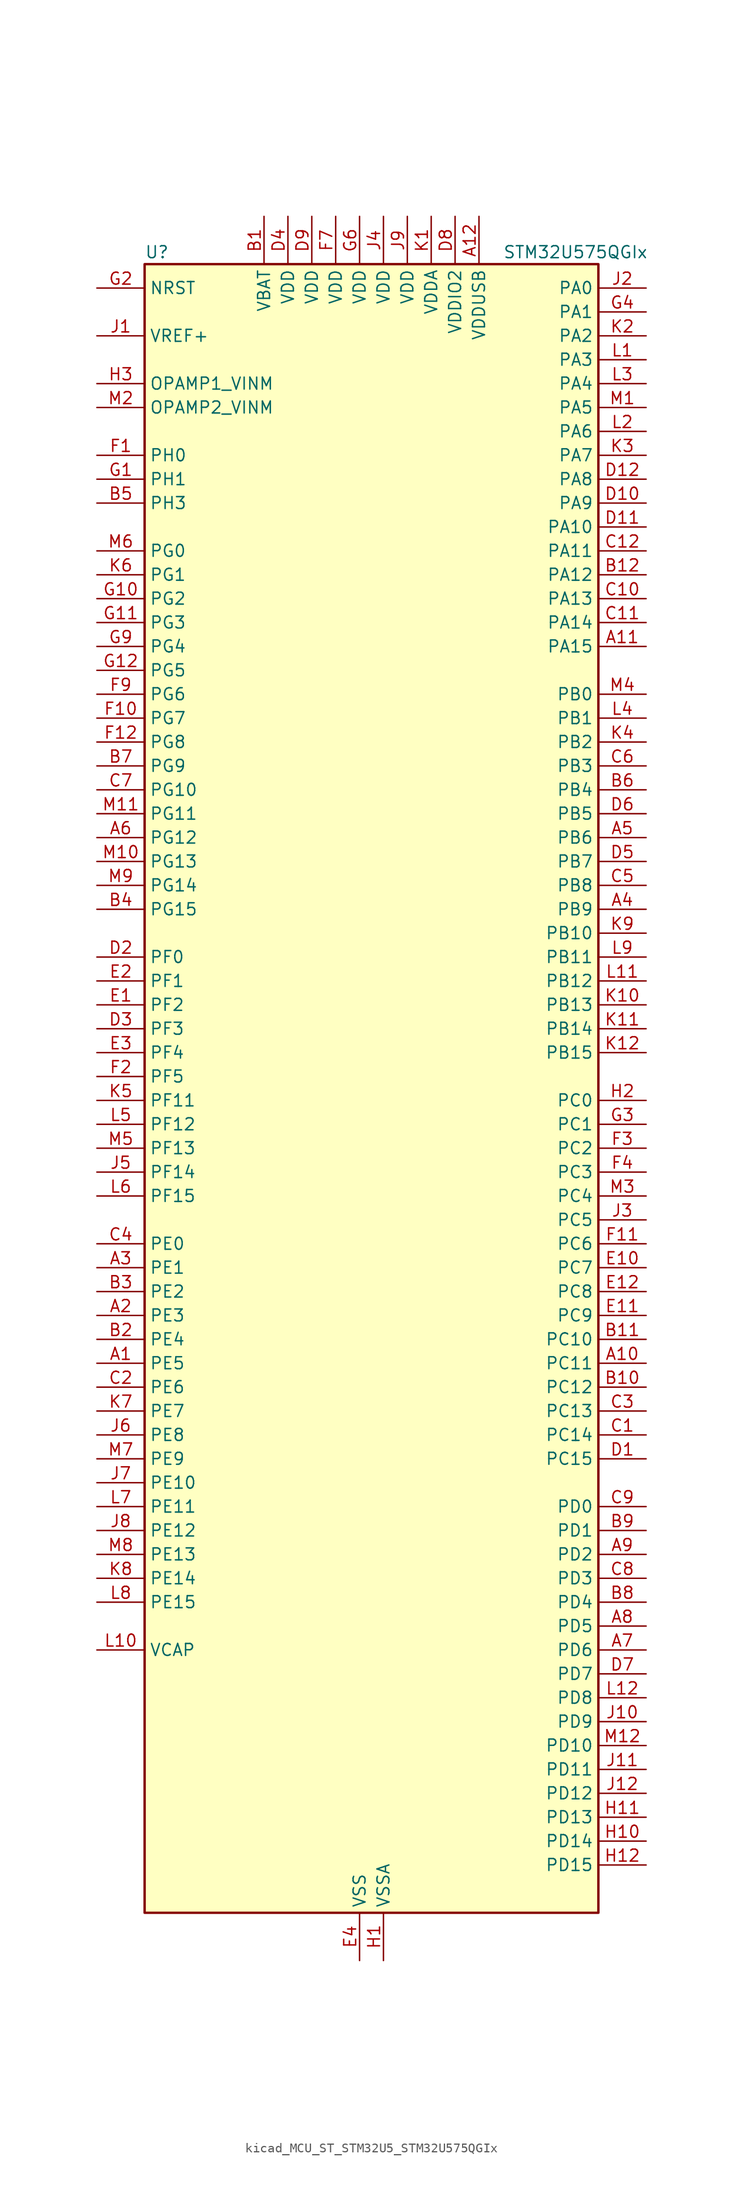
<source format=kicad_sym>
(kicad_symbol_lib
  (version 20220914)
  (generator kicad_symbol_editor)
  (symbol "kicad_MCU_ST_STM32U5_STM32U575QGIx"
    (property "Reference" "U"
      (at -22.86 90.17 0)
      (effects (font (size 1.27 1.27)) (justify left)))
    (property "Value" "STM32U575QGIx"
      (at 15.24 90.17 0)
      (effects (font (size 1.27 1.27)) (justify left)))
    (property "ki_locked" ""
      (at 0 0 0)
      (effects (font (size 1.27 1.27))))
    (symbol "kicad_MCU_ST_STM32U5_STM32U575QGIx_0_1"
      (rectangle (start -22.86 -86.36) (end 25.4 88.9) (stroke (width 0.254) (type default)) (fill (type background))))
    (symbol "kicad_MCU_ST_STM32U5_STM32U575QGIx_1_1"
      (pin bidirectional line (at -27.94 -27.94 0) (length 5.08) (name "PE5" (effects (font (size 1.27 1.27)))) (number "A1" (effects (font (size 1.27 1.27)))) (alternate "DCMI_D6" bidirectional line) (alternate "DEBUG_TRACED2" bidirectional line) (alternate "FMC_A21" bidirectional line) (alternate "MDF1_CKI3" bidirectional line) (alternate "PSSI_D6" bidirectional line) (alternate "PWR_WKUP2" bidirectional line) (alternate "SAI1_CK2" bidirectional line) (alternate "SAI1_SCK_A" bidirectional line) (alternate "TAMP_IN8" bidirectional line) (alternate "TAMP_OUT7" bidirectional line) (alternate "TIM3_CH3" bidirectional line) (alternate "TSC_G7_IO4" bidirectional line))
      (pin bidirectional line (at 30.48 -27.94 180) (length 5.08) (name "PC11" (effects (font (size 1.27 1.27)))) (number "A10" (effects (font (size 1.27 1.27)))) (alternate "ADC1_EXTI11" bidirectional line) (alternate "ADF1_SDI0" bidirectional line) (alternate "DCMI_D2" bidirectional line) (alternate "DCMI_D4" bidirectional line) (alternate "LPTIM3_IN1" bidirectional line) (alternate "OCTOSPIM_P1_NCS" bidirectional line) (alternate "PSSI_D2" bidirectional line) (alternate "PSSI_D4" bidirectional line) (alternate "SAI2_MCLK_B" bidirectional line) (alternate "SDMMC1_D3" bidirectional line) (alternate "SPI3_MISO" bidirectional line) (alternate "TSC_G3_IO3" bidirectional line) (alternate "UART4_RX" bidirectional line) (alternate "UCPD1_FRSTX2" bidirectional line) (alternate "USART3_RX" bidirectional line))
      (pin bidirectional line (at 30.48 48.26 180) (length 5.08) (name "PA15" (effects (font (size 1.27 1.27)))) (number "A11" (effects (font (size 1.27 1.27)))) (alternate "ADC1_EXTI15" bidirectional line) (alternate "ADC4_EXTI15" bidirectional line) (alternate "DEBUG_JTDI" bidirectional line) (alternate "SAI2_FS_B" bidirectional line) (alternate "SPI1_NSS" bidirectional line) (alternate "SPI3_NSS" bidirectional line) (alternate "TIM2_CH1" bidirectional line) (alternate "TIM2_ETR" bidirectional line) (alternate "UART4_DE" bidirectional line) (alternate "UART4_RTS" bidirectional line) (alternate "UCPD1_CC1" bidirectional line) (alternate "USART2_RX" bidirectional line) (alternate "USART3_DE" bidirectional line) (alternate "USART3_RTS" bidirectional line))
      (pin power_in line (at 12.7 93.98 270) (length 5.08) (name "VDDUSB" (effects (font (size 1.27 1.27)))) (number "A12" (effects (font (size 1.27 1.27)))))
      (pin bidirectional line (at -27.94 -22.86 0) (length 5.08) (name "PE3" (effects (font (size 1.27 1.27)))) (number "A2" (effects (font (size 1.27 1.27)))) (alternate "DEBUG_TRACED0" bidirectional line) (alternate "FMC_A19" bidirectional line) (alternate "OCTOSPIM_P1_DQS" bidirectional line) (alternate "SAI1_SD_B" bidirectional line) (alternate "TAMP_IN6" bidirectional line) (alternate "TAMP_OUT3" bidirectional line) (alternate "TIM3_CH1" bidirectional line) (alternate "TSC_G7_IO2" bidirectional line))
      (pin bidirectional line (at -27.94 -17.78 0) (length 5.08) (name "PE1" (effects (font (size 1.27 1.27)))) (number "A3" (effects (font (size 1.27 1.27)))) (alternate "DCMI_D3" bidirectional line) (alternate "FMC_NBL1" bidirectional line) (alternate "PSSI_D3" bidirectional line) (alternate "TIM17_CH1" bidirectional line))
      (pin bidirectional line (at 30.48 20.32 180) (length 5.08) (name "PB9" (effects (font (size 1.27 1.27)))) (number "A4" (effects (font (size 1.27 1.27)))) (alternate "DAC1_EXTI9" bidirectional line) (alternate "DCMI_D7" bidirectional line) (alternate "FDCAN1_TX" bidirectional line) (alternate "I2C1_SDA" bidirectional line) (alternate "IR_OUT" bidirectional line) (alternate "PSSI_D7" bidirectional line) (alternate "SAI1_D2" bidirectional line) (alternate "SAI1_FS_A" bidirectional line) (alternate "SDMMC1_CDIR" bidirectional line) (alternate "SDMMC1_D5" bidirectional line) (alternate "SDMMC2_D5" bidirectional line) (alternate "SPI2_NSS" bidirectional line) (alternate "TIM17_CH1" bidirectional line) (alternate "TIM4_CH4" bidirectional line))
      (pin bidirectional line (at 30.48 27.94 180) (length 5.08) (name "PB6" (effects (font (size 1.27 1.27)))) (number "A5" (effects (font (size 1.27 1.27)))) (alternate "COMP2_INP" bidirectional line) (alternate "DCMI_D5" bidirectional line) (alternate "I2C1_SCL" bidirectional line) (alternate "I2C4_SCL" bidirectional line) (alternate "LPTIM1_ETR" bidirectional line) (alternate "MDF1_SDI5" bidirectional line) (alternate "PSSI_D5" bidirectional line) (alternate "PWR_WKUP3" bidirectional line) (alternate "SAI1_FS_B" bidirectional line) (alternate "TIM16_CH1N" bidirectional line) (alternate "TIM4_CH1" bidirectional line) (alternate "TIM8_BKIN2" bidirectional line) (alternate "TSC_G2_IO3" bidirectional line) (alternate "USART1_TX" bidirectional line))
      (pin bidirectional line (at -27.94 27.94 0) (length 5.08) (name "PG12" (effects (font (size 1.27 1.27)))) (number "A6" (effects (font (size 1.27 1.27)))) (alternate "FMC_NE4" bidirectional line) (alternate "LPTIM1_ETR" bidirectional line) (alternate "OCTOSPIM_P2_NCS" bidirectional line) (alternate "SAI2_SD_A" bidirectional line) (alternate "SPI3_NSS" bidirectional line) (alternate "USART1_DE" bidirectional line) (alternate "USART1_RTS" bidirectional line))
      (pin bidirectional line (at 30.48 -58.42 180) (length 5.08) (name "PD6" (effects (font (size 1.27 1.27)))) (number "A7" (effects (font (size 1.27 1.27)))) (alternate "DCMI_D10" bidirectional line) (alternate "FMC_NWAIT" bidirectional line) (alternate "MDF1_SDI1" bidirectional line) (alternate "OCTOSPIM_P1_IO6" bidirectional line) (alternate "PSSI_D10" bidirectional line) (alternate "SAI1_D1" bidirectional line) (alternate "SAI1_SD_A" bidirectional line) (alternate "SDMMC2_CK" bidirectional line) (alternate "SPI3_MOSI" bidirectional line) (alternate "USART2_RX" bidirectional line))
      (pin bidirectional line (at 30.48 -55.88 180) (length 5.08) (name "PD5" (effects (font (size 1.27 1.27)))) (number "A8" (effects (font (size 1.27 1.27)))) (alternate "FMC_NWE" bidirectional line) (alternate "OCTOSPIM_P1_IO5" bidirectional line) (alternate "SPI2_RDY" bidirectional line) (alternate "USART2_TX" bidirectional line))
      (pin bidirectional line (at 30.48 -48.26 180) (length 5.08) (name "PD2" (effects (font (size 1.27 1.27)))) (number "A9" (effects (font (size 1.27 1.27)))) (alternate "DCMI_D11" bidirectional line) (alternate "DEBUG_TRACED2" bidirectional line) (alternate "LPTIM4_ETR" bidirectional line) (alternate "PSSI_D11" bidirectional line) (alternate "SDMMC1_CMD" bidirectional line) (alternate "TIM3_ETR" bidirectional line) (alternate "TSC_SYNC" bidirectional line) (alternate "UART5_RX" bidirectional line) (alternate "USART3_DE" bidirectional line) (alternate "USART3_RTS" bidirectional line))
      (pin power_in line (at -10.16 93.98 270) (length 5.08) (name "VBAT" (effects (font (size 1.27 1.27)))) (number "B1" (effects (font (size 1.27 1.27)))))
      (pin bidirectional line (at 30.48 -30.48 180) (length 5.08) (name "PC12" (effects (font (size 1.27 1.27)))) (number "B10" (effects (font (size 1.27 1.27)))) (alternate "DCMI_D9" bidirectional line) (alternate "DEBUG_TRACED3" bidirectional line) (alternate "PSSI_D9" bidirectional line) (alternate "SAI2_SD_B" bidirectional line) (alternate "SDMMC1_CK" bidirectional line) (alternate "SPI3_MOSI" bidirectional line) (alternate "TSC_G3_IO4" bidirectional line) (alternate "UART5_TX" bidirectional line) (alternate "USART3_CK" bidirectional line))
      (pin bidirectional line (at 30.48 -25.4 180) (length 5.08) (name "PC10" (effects (font (size 1.27 1.27)))) (number "B11" (effects (font (size 1.27 1.27)))) (alternate "ADF1_CCK1" bidirectional line) (alternate "DCMI_D8" bidirectional line) (alternate "DEBUG_TRACED1" bidirectional line) (alternate "LPTIM3_ETR" bidirectional line) (alternate "PSSI_D8" bidirectional line) (alternate "SAI2_SCK_B" bidirectional line) (alternate "SDMMC1_D2" bidirectional line) (alternate "SPI3_SCK" bidirectional line) (alternate "TSC_G3_IO2" bidirectional line) (alternate "UART4_TX" bidirectional line) (alternate "USART3_TX" bidirectional line))
      (pin bidirectional line (at 30.48 55.88 180) (length 5.08) (name "PA12" (effects (font (size 1.27 1.27)))) (number "B12" (effects (font (size 1.27 1.27)))) (alternate "FDCAN1_TX" bidirectional line) (alternate "OCTOSPIM_P2_NCS" bidirectional line) (alternate "SPI1_MOSI" bidirectional line) (alternate "TIM1_ETR" bidirectional line) (alternate "USART1_DE" bidirectional line) (alternate "USART1_RTS" bidirectional line) (alternate "USB_OTG_FS_DP" bidirectional line))
      (pin bidirectional line (at -27.94 -25.4 0) (length 5.08) (name "PE4" (effects (font (size 1.27 1.27)))) (number "B2" (effects (font (size 1.27 1.27)))) (alternate "DCMI_D4" bidirectional line) (alternate "DEBUG_TRACED1" bidirectional line) (alternate "FMC_A20" bidirectional line) (alternate "MDF1_SDI3" bidirectional line) (alternate "PSSI_D4" bidirectional line) (alternate "PWR_WKUP1" bidirectional line) (alternate "SAI1_D2" bidirectional line) (alternate "SAI1_FS_A" bidirectional line) (alternate "TAMP_IN7" bidirectional line) (alternate "TAMP_OUT8" bidirectional line) (alternate "TIM3_CH2" bidirectional line) (alternate "TSC_G7_IO3" bidirectional line))
      (pin bidirectional line (at -27.94 -20.32 0) (length 5.08) (name "PE2" (effects (font (size 1.27 1.27)))) (number "B3" (effects (font (size 1.27 1.27)))) (alternate "DEBUG_TRACECLK" bidirectional line) (alternate "FMC_A23" bidirectional line) (alternate "SAI1_CK1" bidirectional line) (alternate "SAI1_MCLK_A" bidirectional line) (alternate "TIM3_ETR" bidirectional line) (alternate "TSC_G7_IO1" bidirectional line))
      (pin bidirectional line (at -27.94 20.32 0) (length 5.08) (name "PG15" (effects (font (size 1.27 1.27)))) (number "B4" (effects (font (size 1.27 1.27)))) (alternate "ADC1_EXTI15" bidirectional line) (alternate "ADC4_EXTI15" bidirectional line) (alternate "DCMI_D13" bidirectional line) (alternate "I2C1_SMBA" bidirectional line) (alternate "LPTIM1_CH1" bidirectional line) (alternate "OCTOSPIM_P2_DQS" bidirectional line) (alternate "PSSI_D13" bidirectional line))
      (pin bidirectional line (at -27.94 63.5 0) (length 5.08) (name "PH3" (effects (font (size 1.27 1.27)))) (number "B5" (effects (font (size 1.27 1.27)))))
      (pin bidirectional line (at 30.48 33.02 180) (length 5.08) (name "PB4" (effects (font (size 1.27 1.27)))) (number "B6" (effects (font (size 1.27 1.27)))) (alternate "ADF1_SDI0" bidirectional line) (alternate "COMP2_INP" bidirectional line) (alternate "DCMI_D12" bidirectional line) (alternate "DEBUG_JTRST" bidirectional line) (alternate "I2C3_SDA" bidirectional line) (alternate "LPTIM1_CH2" bidirectional line) (alternate "PSSI_D12" bidirectional line) (alternate "SAI1_MCLK_B" bidirectional line) (alternate "SDMMC2_D3" bidirectional line) (alternate "SPI1_MISO" bidirectional line) (alternate "SPI3_MISO" bidirectional line) (alternate "TIM17_BKIN" bidirectional line) (alternate "TIM3_CH1" bidirectional line) (alternate "TSC_G2_IO1" bidirectional line) (alternate "UART5_DE" bidirectional line) (alternate "UART5_RTS" bidirectional line) (alternate "USART1_CTS" bidirectional line))
      (pin bidirectional line (at -27.94 35.56 0) (length 5.08) (name "PG9" (effects (font (size 1.27 1.27)))) (number "B7" (effects (font (size 1.27 1.27)))) (alternate "DAC1_EXTI9" bidirectional line) (alternate "FMC_NCE" bidirectional line) (alternate "FMC_NE2" bidirectional line) (alternate "OCTOSPIM_P2_IO6" bidirectional line) (alternate "SAI2_SCK_A" bidirectional line) (alternate "SPI3_SCK" bidirectional line) (alternate "TIM15_CH1N" bidirectional line) (alternate "USART1_TX" bidirectional line))
      (pin bidirectional line (at 30.48 -53.34 180) (length 5.08) (name "PD4" (effects (font (size 1.27 1.27)))) (number "B8" (effects (font (size 1.27 1.27)))) (alternate "FMC_NOE" bidirectional line) (alternate "MDF1_CKI0" bidirectional line) (alternate "OCTOSPIM_P1_IO4" bidirectional line) (alternate "SPI2_MOSI" bidirectional line) (alternate "USART2_DE" bidirectional line) (alternate "USART2_RTS" bidirectional line))
      (pin bidirectional line (at 30.48 -45.72 180) (length 5.08) (name "PD1" (effects (font (size 1.27 1.27)))) (number "B9" (effects (font (size 1.27 1.27)))) (alternate "FDCAN1_TX" bidirectional line) (alternate "FMC_D3" bidirectional line) (alternate "FMC_DA3" bidirectional line) (alternate "SPI2_SCK" bidirectional line))
      (pin bidirectional line (at 30.48 -35.56 180) (length 5.08) (name "PC14" (effects (font (size 1.27 1.27)))) (number "C1" (effects (font (size 1.27 1.27)))) (alternate "RCC_OSC32_IN" bidirectional line))
      (pin bidirectional line (at 30.48 53.34 180) (length 5.08) (name "PA13" (effects (font (size 1.27 1.27)))) (number "C10" (effects (font (size 1.27 1.27)))) (alternate "DEBUG_JTMS-SWDIO" bidirectional line) (alternate "IR_OUT" bidirectional line) (alternate "SAI1_SD_B" bidirectional line) (alternate "USB_OTG_FS_NOE" bidirectional line))
      (pin bidirectional line (at 30.48 50.8 180) (length 5.08) (name "PA14" (effects (font (size 1.27 1.27)))) (number "C11" (effects (font (size 1.27 1.27)))) (alternate "DEBUG_JTCK-SWCLK" bidirectional line) (alternate "I2C1_SMBA" bidirectional line) (alternate "I2C4_SMBA" bidirectional line) (alternate "LPTIM1_CH1" bidirectional line) (alternate "SAI1_FS_B" bidirectional line) (alternate "USB_OTG_FS_SOF" bidirectional line))
      (pin bidirectional line (at 30.48 58.42 180) (length 5.08) (name "PA11" (effects (font (size 1.27 1.27)))) (number "C12" (effects (font (size 1.27 1.27)))) (alternate "ADC1_EXTI11" bidirectional line) (alternate "FDCAN1_RX" bidirectional line) (alternate "SPI1_MISO" bidirectional line) (alternate "TIM1_BKIN2" bidirectional line) (alternate "TIM1_CH4" bidirectional line) (alternate "USART1_CTS" bidirectional line) (alternate "USB_OTG_FS_DM" bidirectional line))
      (pin bidirectional line (at -27.94 -30.48 0) (length 5.08) (name "PE6" (effects (font (size 1.27 1.27)))) (number "C2" (effects (font (size 1.27 1.27)))) (alternate "DCMI_D7" bidirectional line) (alternate "DEBUG_TRACED3" bidirectional line) (alternate "FMC_A22" bidirectional line) (alternate "PSSI_D7" bidirectional line) (alternate "PWR_WKUP3" bidirectional line) (alternate "SAI1_D1" bidirectional line) (alternate "SAI1_SD_A" bidirectional line) (alternate "TAMP_IN3" bidirectional line) (alternate "TAMP_OUT6" bidirectional line) (alternate "TIM3_CH4" bidirectional line))
      (pin bidirectional line (at 30.48 -33.02 180) (length 5.08) (name "PC13" (effects (font (size 1.27 1.27)))) (number "C3" (effects (font (size 1.27 1.27)))) (alternate "PWR_WKUP2" bidirectional line) (alternate "RTC_OUT1" bidirectional line) (alternate "RTC_TS" bidirectional line) (alternate "TAMP_IN1" bidirectional line) (alternate "TAMP_OUT2" bidirectional line))
      (pin bidirectional line (at -27.94 -15.24 0) (length 5.08) (name "PE0" (effects (font (size 1.27 1.27)))) (number "C4" (effects (font (size 1.27 1.27)))) (alternate "DCMI_D2" bidirectional line) (alternate "FMC_NBL0" bidirectional line) (alternate "PSSI_D2" bidirectional line) (alternate "TIM16_CH1" bidirectional line) (alternate "TIM4_ETR" bidirectional line))
      (pin bidirectional line (at 30.48 22.86 180) (length 5.08) (name "PB8" (effects (font (size 1.27 1.27)))) (number "C5" (effects (font (size 1.27 1.27)))) (alternate "DCMI_D6" bidirectional line) (alternate "FDCAN1_RX" bidirectional line) (alternate "I2C1_SCL" bidirectional line) (alternate "MDF1_CCK0" bidirectional line) (alternate "PSSI_D6" bidirectional line) (alternate "PWR_WKUP5" bidirectional line) (alternate "SAI1_CK1" bidirectional line) (alternate "SAI1_MCLK_A" bidirectional line) (alternate "SDMMC1_CKIN" bidirectional line) (alternate "SDMMC1_D4" bidirectional line) (alternate "SDMMC2_D4" bidirectional line) (alternate "SPI3_RDY" bidirectional line) (alternate "TIM16_CH1" bidirectional line) (alternate "TIM4_CH3" bidirectional line))
      (pin bidirectional line (at 30.48 35.56 180) (length 5.08) (name "PB3" (effects (font (size 1.27 1.27)))) (number "C6" (effects (font (size 1.27 1.27)))) (alternate "ADF1_CCK0" bidirectional line) (alternate "COMP2_INM" bidirectional line) (alternate "CRS_SYNC" bidirectional line) (alternate "DEBUG_JTDO-SWO" bidirectional line) (alternate "I2C1_SDA" bidirectional line) (alternate "LPTIM1_CH1" bidirectional line) (alternate "SAI1_SCK_B" bidirectional line) (alternate "SDMMC2_D2" bidirectional line) (alternate "SPI1_SCK" bidirectional line) (alternate "SPI3_SCK" bidirectional line) (alternate "TIM2_CH2" bidirectional line) (alternate "USART1_DE" bidirectional line) (alternate "USART1_RTS" bidirectional line))
      (pin bidirectional line (at -27.94 33.02 0) (length 5.08) (name "PG10" (effects (font (size 1.27 1.27)))) (number "C7" (effects (font (size 1.27 1.27)))) (alternate "FMC_NE3" bidirectional line) (alternate "LPTIM1_IN1" bidirectional line) (alternate "OCTOSPIM_P2_IO7" bidirectional line) (alternate "SAI2_FS_A" bidirectional line) (alternate "SPI3_MISO" bidirectional line) (alternate "TIM15_CH1" bidirectional line) (alternate "USART1_RX" bidirectional line))
      (pin bidirectional line (at 30.48 -50.8 180) (length 5.08) (name "PD3" (effects (font (size 1.27 1.27)))) (number "C8" (effects (font (size 1.27 1.27)))) (alternate "DCMI_D5" bidirectional line) (alternate "FMC_CLK" bidirectional line) (alternate "MDF1_SDI0" bidirectional line) (alternate "OCTOSPIM_P2_NCS" bidirectional line) (alternate "PSSI_D5" bidirectional line) (alternate "SPI2_MISO" bidirectional line) (alternate "SPI2_SCK" bidirectional line) (alternate "USART2_CTS" bidirectional line))
      (pin bidirectional line (at 30.48 -43.18 180) (length 5.08) (name "PD0" (effects (font (size 1.27 1.27)))) (number "C9" (effects (font (size 1.27 1.27)))) (alternate "FDCAN1_RX" bidirectional line) (alternate "FMC_D2" bidirectional line) (alternate "FMC_DA2" bidirectional line) (alternate "SPI2_NSS" bidirectional line) (alternate "TIM8_CH4N" bidirectional line))
      (pin bidirectional line (at 30.48 -38.1 180) (length 5.08) (name "PC15" (effects (font (size 1.27 1.27)))) (number "D1" (effects (font (size 1.27 1.27)))) (alternate "ADC1_EXTI15" bidirectional line) (alternate "ADC4_EXTI15" bidirectional line) (alternate "RCC_OSC32_OUT" bidirectional line))
      (pin bidirectional line (at 30.48 63.5 180) (length 5.08) (name "PA9" (effects (font (size 1.27 1.27)))) (number "D10" (effects (font (size 1.27 1.27)))) (alternate "DAC1_EXTI9" bidirectional line) (alternate "DCMI_D0" bidirectional line) (alternate "PSSI_D0" bidirectional line) (alternate "SAI1_FS_A" bidirectional line) (alternate "SPI2_SCK" bidirectional line) (alternate "TIM15_BKIN" bidirectional line) (alternate "TIM1_CH2" bidirectional line) (alternate "USART1_TX" bidirectional line) (alternate "USB_OTG_FS_VBUS" bidirectional line))
      (pin bidirectional line (at 30.48 60.96 180) (length 5.08) (name "PA10" (effects (font (size 1.27 1.27)))) (number "D11" (effects (font (size 1.27 1.27)))) (alternate "CRS_SYNC" bidirectional line) (alternate "DCMI_D1" bidirectional line) (alternate "LPTIM2_IN2" bidirectional line) (alternate "PSSI_D1" bidirectional line) (alternate "SAI1_D1" bidirectional line) (alternate "SAI1_SD_A" bidirectional line) (alternate "TIM17_BKIN" bidirectional line) (alternate "TIM1_CH3" bidirectional line) (alternate "USART1_RX" bidirectional line) (alternate "USB_OTG_FS_ID" bidirectional line))
      (pin bidirectional line (at 30.48 66.04 180) (length 5.08) (name "PA8" (effects (font (size 1.27 1.27)))) (number "D12" (effects (font (size 1.27 1.27)))) (alternate "DEBUG_TRACECLK" bidirectional line) (alternate "LPTIM2_CH1" bidirectional line) (alternate "RCC_MCO" bidirectional line) (alternate "SAI1_CK2" bidirectional line) (alternate "SAI1_SCK_A" bidirectional line) (alternate "SPI1_RDY" bidirectional line) (alternate "TIM1_CH1" bidirectional line) (alternate "USART1_CK" bidirectional line) (alternate "USB_OTG_FS_SOF" bidirectional line))
      (pin bidirectional line (at -27.94 15.24 0) (length 5.08) (name "PF0" (effects (font (size 1.27 1.27)))) (number "D2" (effects (font (size 1.27 1.27)))) (alternate "FMC_A0" bidirectional line) (alternate "I2C2_SDA" bidirectional line) (alternate "OCTOSPIM_P2_IO0" bidirectional line))
      (pin bidirectional line (at -27.94 7.62 0) (length 5.08) (name "PF3" (effects (font (size 1.27 1.27)))) (number "D3" (effects (font (size 1.27 1.27)))) (alternate "FMC_A3" bidirectional line) (alternate "LPTIM3_IN1" bidirectional line) (alternate "OCTOSPIM_P2_IO3" bidirectional line))
      (pin power_in line (at -7.62 93.98 270) (length 5.08) (name "VDD" (effects (font (size 1.27 1.27)))) (number "D4" (effects (font (size 1.27 1.27)))))
      (pin bidirectional line (at 30.48 25.4 180) (length 5.08) (name "PB7" (effects (font (size 1.27 1.27)))) (number "D5" (effects (font (size 1.27 1.27)))) (alternate "COMP2_INM" bidirectional line) (alternate "DCMI_VSYNC" bidirectional line) (alternate "FMC_NL" bidirectional line) (alternate "I2C1_SDA" bidirectional line) (alternate "I2C4_SDA" bidirectional line) (alternate "LPTIM1_IN2" bidirectional line) (alternate "MDF1_CKI5" bidirectional line) (alternate "PSSI_RDY" bidirectional line) (alternate "PWR_PVD_IN" bidirectional line) (alternate "PWR_WKUP4" bidirectional line) (alternate "TIM17_CH1N" bidirectional line) (alternate "TIM4_CH2" bidirectional line) (alternate "TIM8_BKIN" bidirectional line) (alternate "TSC_G2_IO4" bidirectional line) (alternate "UART4_CTS" bidirectional line) (alternate "USART1_RX" bidirectional line))
      (pin bidirectional line (at 30.48 30.48 180) (length 5.08) (name "PB5" (effects (font (size 1.27 1.27)))) (number "D6" (effects (font (size 1.27 1.27)))) (alternate "COMP2_OUT" bidirectional line) (alternate "DCMI_D10" bidirectional line) (alternate "I2C1_SMBA" bidirectional line) (alternate "LPTIM1_IN1" bidirectional line) (alternate "OCTOSPIM_P1_NCLK" bidirectional line) (alternate "PSSI_D10" bidirectional line) (alternate "PWR_WKUP6" bidirectional line) (alternate "SAI1_SD_B" bidirectional line) (alternate "SPI1_MOSI" bidirectional line) (alternate "SPI3_MOSI" bidirectional line) (alternate "TIM16_BKIN" bidirectional line) (alternate "TIM3_CH2" bidirectional line) (alternate "TSC_G2_IO2" bidirectional line) (alternate "UART5_CTS" bidirectional line) (alternate "UCPD1_DBCC1" bidirectional line) (alternate "USART1_CK" bidirectional line))
      (pin bidirectional line (at 30.48 -60.96 180) (length 5.08) (name "PD7" (effects (font (size 1.27 1.27)))) (number "D7" (effects (font (size 1.27 1.27)))) (alternate "FMC_NCE" bidirectional line) (alternate "FMC_NE1" bidirectional line) (alternate "LPTIM4_OUT" bidirectional line) (alternate "MDF1_CKI1" bidirectional line) (alternate "OCTOSPIM_P1_IO7" bidirectional line) (alternate "SDMMC2_CMD" bidirectional line) (alternate "USART2_CK" bidirectional line))
      (pin power_in line (at 10.16 93.98 270) (length 5.08) (name "VDDIO2" (effects (font (size 1.27 1.27)))) (number "D8" (effects (font (size 1.27 1.27)))))
      (pin power_in line (at -5.08 93.98 270) (length 5.08) (name "VDD" (effects (font (size 1.27 1.27)))) (number "D9" (effects (font (size 1.27 1.27)))))
      (pin bidirectional line (at -27.94 10.16 0) (length 5.08) (name "PF2" (effects (font (size 1.27 1.27)))) (number "E1" (effects (font (size 1.27 1.27)))) (alternate "FMC_A2" bidirectional line) (alternate "I2C2_SMBA" bidirectional line) (alternate "LPTIM3_CH2" bidirectional line) (alternate "OCTOSPIM_P2_IO2" bidirectional line) (alternate "PWR_WKUP8" bidirectional line))
      (pin bidirectional line (at 30.48 -17.78 180) (length 5.08) (name "PC7" (effects (font (size 1.27 1.27)))) (number "E10" (effects (font (size 1.27 1.27)))) (alternate "DCMI_D1" bidirectional line) (alternate "LPTIM2_CH2" bidirectional line) (alternate "MDF1_SDI3" bidirectional line) (alternate "PSSI_D1" bidirectional line) (alternate "PWR_CDSTOP" bidirectional line) (alternate "SAI2_MCLK_B" bidirectional line) (alternate "SDMMC1_D123DIR" bidirectional line) (alternate "SDMMC1_D7" bidirectional line) (alternate "SDMMC2_D7" bidirectional line) (alternate "TIM3_CH2" bidirectional line) (alternate "TIM8_CH2" bidirectional line) (alternate "TSC_G4_IO2" bidirectional line))
      (pin bidirectional line (at 30.48 -22.86 180) (length 5.08) (name "PC9" (effects (font (size 1.27 1.27)))) (number "E11" (effects (font (size 1.27 1.27)))) (alternate "DAC1_EXTI9" bidirectional line) (alternate "DCMI_D3" bidirectional line) (alternate "DEBUG_TRACED0" bidirectional line) (alternate "LPTIM3_CH2" bidirectional line) (alternate "PSSI_D3" bidirectional line) (alternate "SDMMC1_D1" bidirectional line) (alternate "TIM3_CH4" bidirectional line) (alternate "TIM8_BKIN2" bidirectional line) (alternate "TIM8_CH4" bidirectional line) (alternate "TSC_G4_IO4" bidirectional line) (alternate "USB_OTG_FS_NOE" bidirectional line))
      (pin bidirectional line (at 30.48 -20.32 180) (length 5.08) (name "PC8" (effects (font (size 1.27 1.27)))) (number "E12" (effects (font (size 1.27 1.27)))) (alternate "DCMI_D2" bidirectional line) (alternate "LPTIM3_CH1" bidirectional line) (alternate "PSSI_D2" bidirectional line) (alternate "PWR_SRDSTOP" bidirectional line) (alternate "SDMMC1_D0" bidirectional line) (alternate "TIM3_CH3" bidirectional line) (alternate "TIM8_CH3" bidirectional line) (alternate "TSC_G4_IO3" bidirectional line))
      (pin bidirectional line (at -27.94 12.7 0) (length 5.08) (name "PF1" (effects (font (size 1.27 1.27)))) (number "E2" (effects (font (size 1.27 1.27)))) (alternate "FMC_A1" bidirectional line) (alternate "I2C2_SCL" bidirectional line) (alternate "OCTOSPIM_P2_IO1" bidirectional line))
      (pin bidirectional line (at -27.94 5.08 0) (length 5.08) (name "PF4" (effects (font (size 1.27 1.27)))) (number "E3" (effects (font (size 1.27 1.27)))) (alternate "FMC_A4" bidirectional line) (alternate "LPTIM3_ETR" bidirectional line) (alternate "OCTOSPIM_P2_CLK" bidirectional line))
      (pin power_in line (at 0 -91.44 90) (length 5.08) (name "VSS" (effects (font (size 1.27 1.27)))) (number "E4" (effects (font (size 1.27 1.27)))))
      (pin passive line (at 0 -91.44 90) (length 5.08) hide (name "VSS" (effects (font (size 1.27 1.27)))) (number "E9" (effects (font (size 1.27 1.27)))))
      (pin bidirectional line (at -27.94 68.58 0) (length 5.08) (name "PH0" (effects (font (size 1.27 1.27)))) (number "F1" (effects (font (size 1.27 1.27)))) (alternate "RCC_OSC_IN" bidirectional line))
      (pin bidirectional line (at -27.94 40.64 0) (length 5.08) (name "PG7" (effects (font (size 1.27 1.27)))) (number "F10" (effects (font (size 1.27 1.27)))) (alternate "FMC_INT" bidirectional line) (alternate "I2C3_SCL" bidirectional line) (alternate "LPUART1_TX" bidirectional line) (alternate "MDF1_CCK0" bidirectional line) (alternate "OCTOSPIM_P2_DQS" bidirectional line) (alternate "SAI1_CK1" bidirectional line) (alternate "SAI1_MCLK_A" bidirectional line) (alternate "UCPD1_FRSTX2" bidirectional line))
      (pin bidirectional line (at 30.48 -15.24 180) (length 5.08) (name "PC6" (effects (font (size 1.27 1.27)))) (number "F11" (effects (font (size 1.27 1.27)))) (alternate "DCMI_D0" bidirectional line) (alternate "MDF1_CKI3" bidirectional line) (alternate "PSSI_D0" bidirectional line) (alternate "PWR_CSLEEP" bidirectional line) (alternate "SAI2_MCLK_A" bidirectional line) (alternate "SDMMC1_D0DIR" bidirectional line) (alternate "SDMMC1_D6" bidirectional line) (alternate "SDMMC2_D6" bidirectional line) (alternate "TIM3_CH1" bidirectional line) (alternate "TIM8_CH1" bidirectional line) (alternate "TSC_G4_IO1" bidirectional line))
      (pin bidirectional line (at -27.94 38.1 0) (length 5.08) (name "PG8" (effects (font (size 1.27 1.27)))) (number "F12" (effects (font (size 1.27 1.27)))) (alternate "I2C3_SDA" bidirectional line) (alternate "LPUART1_RX" bidirectional line))
      (pin bidirectional line (at -27.94 2.54 0) (length 5.08) (name "PF5" (effects (font (size 1.27 1.27)))) (number "F2" (effects (font (size 1.27 1.27)))) (alternate "FMC_A5" bidirectional line) (alternate "LPTIM3_CH1" bidirectional line) (alternate "OCTOSPIM_P2_NCLK" bidirectional line))
      (pin bidirectional line (at 30.48 -5.08 180) (length 5.08) (name "PC2" (effects (font (size 1.27 1.27)))) (number "F3" (effects (font (size 1.27 1.27)))) (alternate "ADC1_IN3" bidirectional line) (alternate "ADC4_IN3" bidirectional line) (alternate "LPTIM1_IN2" bidirectional line) (alternate "MDF1_CCK1" bidirectional line) (alternate "OCTOSPIM_P1_IO5" bidirectional line) (alternate "SPI2_MISO" bidirectional line))
      (pin bidirectional line (at 30.48 -7.62 180) (length 5.08) (name "PC3" (effects (font (size 1.27 1.27)))) (number "F4" (effects (font (size 1.27 1.27)))) (alternate "ADC1_IN4" bidirectional line) (alternate "ADC4_IN4" bidirectional line) (alternate "LPTIM1_ETR" bidirectional line) (alternate "LPTIM2_ETR" bidirectional line) (alternate "LPTIM3_CH1" bidirectional line) (alternate "OCTOSPIM_P1_IO6" bidirectional line) (alternate "SAI1_D1" bidirectional line) (alternate "SAI1_SD_A" bidirectional line) (alternate "SPI2_MOSI" bidirectional line))
      (pin passive line (at 0 -91.44 90) (length 5.08) hide (name "VSS" (effects (font (size 1.27 1.27)))) (number "F6" (effects (font (size 1.27 1.27)))))
      (pin power_in line (at -2.54 93.98 270) (length 5.08) (name "VDD" (effects (font (size 1.27 1.27)))) (number "F7" (effects (font (size 1.27 1.27)))))
      (pin bidirectional line (at -27.94 43.18 0) (length 5.08) (name "PG6" (effects (font (size 1.27 1.27)))) (number "F9" (effects (font (size 1.27 1.27)))) (alternate "I2C3_SMBA" bidirectional line) (alternate "LPUART1_DE" bidirectional line) (alternate "LPUART1_RTS" bidirectional line) (alternate "OCTOSPIM_P1_DQS" bidirectional line) (alternate "SPI1_RDY" bidirectional line) (alternate "UCPD1_FRSTX1" bidirectional line))
      (pin bidirectional line (at -27.94 66.04 0) (length 5.08) (name "PH1" (effects (font (size 1.27 1.27)))) (number "G1" (effects (font (size 1.27 1.27)))) (alternate "RCC_OSC_OUT" bidirectional line))
      (pin bidirectional line (at -27.94 53.34 0) (length 5.08) (name "PG2" (effects (font (size 1.27 1.27)))) (number "G10" (effects (font (size 1.27 1.27)))) (alternate "FMC_A12" bidirectional line) (alternate "SAI2_SCK_B" bidirectional line) (alternate "SPI1_SCK" bidirectional line))
      (pin bidirectional line (at -27.94 50.8 0) (length 5.08) (name "PG3" (effects (font (size 1.27 1.27)))) (number "G11" (effects (font (size 1.27 1.27)))) (alternate "FMC_A13" bidirectional line) (alternate "SAI2_FS_B" bidirectional line) (alternate "SPI1_MISO" bidirectional line))
      (pin bidirectional line (at -27.94 45.72 0) (length 5.08) (name "PG5" (effects (font (size 1.27 1.27)))) (number "G12" (effects (font (size 1.27 1.27)))) (alternate "FMC_A15" bidirectional line) (alternate "LPUART1_CTS" bidirectional line) (alternate "SAI2_SD_B" bidirectional line) (alternate "SPI1_NSS" bidirectional line))
      (pin input line (at -27.94 86.36 0) (length 5.08) (name "NRST" (effects (font (size 1.27 1.27)))) (number "G2" (effects (font (size 1.27 1.27)))))
      (pin bidirectional line (at 30.48 -2.54 180) (length 5.08) (name "PC1" (effects (font (size 1.27 1.27)))) (number "G3" (effects (font (size 1.27 1.27)))) (alternate "ADC1_IN2" bidirectional line) (alternate "ADC4_IN2" bidirectional line) (alternate "DEBUG_TRACED0" bidirectional line) (alternate "I2C3_SDA" bidirectional line) (alternate "LPTIM1_CH1" bidirectional line) (alternate "LPUART1_TX" bidirectional line) (alternate "MDF1_CKI4" bidirectional line) (alternate "OCTOSPIM_P1_IO4" bidirectional line) (alternate "SAI1_SD_A" bidirectional line) (alternate "SDMMC2_CK" bidirectional line) (alternate "SPI2_MOSI" bidirectional line))
      (pin bidirectional line (at 30.48 83.82 180) (length 5.08) (name "PA1" (effects (font (size 1.27 1.27)))) (number "G4" (effects (font (size 1.27 1.27)))) (alternate "ADC1_IN6" bidirectional line) (alternate "I2C1_SMBA" bidirectional line) (alternate "LPTIM1_CH2" bidirectional line) (alternate "OCTOSPIM_P1_DQS" bidirectional line) (alternate "OPAMP1_VINM" bidirectional line) (alternate "PWR_WKUP3" bidirectional line) (alternate "SPI1_SCK" bidirectional line) (alternate "TAMP_IN5" bidirectional line) (alternate "TAMP_OUT4" bidirectional line) (alternate "TIM15_CH1N" bidirectional line) (alternate "TIM2_CH2" bidirectional line) (alternate "TIM5_CH2" bidirectional line) (alternate "UART4_RX" bidirectional line) (alternate "USART2_DE" bidirectional line) (alternate "USART2_RTS" bidirectional line))
      (pin power_in line (at 0 93.98 270) (length 5.08) (name "VDD" (effects (font (size 1.27 1.27)))) (number "G6" (effects (font (size 1.27 1.27)))))
      (pin passive line (at 0 -91.44 90) (length 5.08) hide (name "VSS" (effects (font (size 1.27 1.27)))) (number "G7" (effects (font (size 1.27 1.27)))))
      (pin bidirectional line (at -27.94 48.26 0) (length 5.08) (name "PG4" (effects (font (size 1.27 1.27)))) (number "G9" (effects (font (size 1.27 1.27)))) (alternate "FMC_A14" bidirectional line) (alternate "SAI2_MCLK_B" bidirectional line) (alternate "SPI1_MOSI" bidirectional line))
      (pin power_in line (at 2.54 -91.44 90) (length 5.08) (name "VSSA" (effects (font (size 1.27 1.27)))) (number "H1" (effects (font (size 1.27 1.27)))))
      (pin bidirectional line (at 30.48 -78.74 180) (length 5.08) (name "PD14" (effects (font (size 1.27 1.27)))) (number "H10" (effects (font (size 1.27 1.27)))) (alternate "FMC_D0" bidirectional line) (alternate "FMC_DA0" bidirectional line) (alternate "LPTIM3_CH1" bidirectional line) (alternate "TIM4_CH3" bidirectional line))
      (pin bidirectional line (at 30.48 -76.2 180) (length 5.08) (name "PD13" (effects (font (size 1.27 1.27)))) (number "H11" (effects (font (size 1.27 1.27)))) (alternate "ADC4_IN17" bidirectional line) (alternate "FMC_A18" bidirectional line) (alternate "I2C4_SDA" bidirectional line) (alternate "LPTIM2_CH1" bidirectional line) (alternate "LPTIM4_IN1" bidirectional line) (alternate "TIM4_CH2" bidirectional line) (alternate "TSC_G6_IO4" bidirectional line))
      (pin bidirectional line (at 30.48 -81.28 180) (length 5.08) (name "PD15" (effects (font (size 1.27 1.27)))) (number "H12" (effects (font (size 1.27 1.27)))) (alternate "ADC1_EXTI15" bidirectional line) (alternate "ADC4_EXTI15" bidirectional line) (alternate "FMC_D1" bidirectional line) (alternate "FMC_DA1" bidirectional line) (alternate "LPTIM3_CH2" bidirectional line) (alternate "TIM4_CH4" bidirectional line))
      (pin bidirectional line (at 30.48 0 180) (length 5.08) (name "PC0" (effects (font (size 1.27 1.27)))) (number "H2" (effects (font (size 1.27 1.27)))) (alternate "ADC1_IN1" bidirectional line) (alternate "ADC4_IN1" bidirectional line) (alternate "I2C3_SCL" bidirectional line) (alternate "LPTIM1_IN1" bidirectional line) (alternate "LPTIM2_IN1" bidirectional line) (alternate "LPUART1_RX" bidirectional line) (alternate "MDF1_SDI4" bidirectional line) (alternate "OCTOSPIM_P1_IO7" bidirectional line) (alternate "SAI2_FS_A" bidirectional line) (alternate "SDMMC1_D5" bidirectional line) (alternate "SPI2_RDY" bidirectional line))
      (pin bidirectional line (at -27.94 76.2 0) (length 5.08) (name "OPAMP1_VINM" (effects (font (size 1.27 1.27)))) (number "H3" (effects (font (size 1.27 1.27)))) (alternate "OPAMP1_VINM" bidirectional line))
      (pin passive line (at 0 -91.44 90) (length 5.08) hide (name "VSS" (effects (font (size 1.27 1.27)))) (number "H4" (effects (font (size 1.27 1.27)))))
      (pin passive line (at 0 -91.44 90) (length 5.08) hide (name "VSS" (effects (font (size 1.27 1.27)))) (number "H9" (effects (font (size 1.27 1.27)))))
      (pin input line (at -27.94 81.28 0) (length 5.08) (name "VREF+" (effects (font (size 1.27 1.27)))) (number "J1" (effects (font (size 1.27 1.27)))) (alternate "VREFBUF_OUT" bidirectional line))
      (pin bidirectional line (at 30.48 -66.04 180) (length 5.08) (name "PD9" (effects (font (size 1.27 1.27)))) (number "J10" (effects (font (size 1.27 1.27)))) (alternate "DAC1_EXTI9" bidirectional line) (alternate "DCMI_PIXCLK" bidirectional line) (alternate "FMC_D14" bidirectional line) (alternate "FMC_DA14" bidirectional line) (alternate "LPTIM2_IN2" bidirectional line) (alternate "LPTIM3_IN1" bidirectional line) (alternate "PSSI_PDCK" bidirectional line) (alternate "SAI2_MCLK_A" bidirectional line) (alternate "USART3_RX" bidirectional line))
      (pin bidirectional line (at 30.48 -71.12 180) (length 5.08) (name "PD11" (effects (font (size 1.27 1.27)))) (number "J11" (effects (font (size 1.27 1.27)))) (alternate "ADC1_EXTI11" bidirectional line) (alternate "ADC4_IN15" bidirectional line) (alternate "FMC_A16" bidirectional line) (alternate "FMC_CLE" bidirectional line) (alternate "I2C4_SMBA" bidirectional line) (alternate "LPTIM2_ETR" bidirectional line) (alternate "SAI2_SD_A" bidirectional line) (alternate "TSC_G6_IO2" bidirectional line) (alternate "USART3_CTS" bidirectional line))
      (pin bidirectional line (at 30.48 -73.66 180) (length 5.08) (name "PD12" (effects (font (size 1.27 1.27)))) (number "J12" (effects (font (size 1.27 1.27)))) (alternate "ADC4_IN16" bidirectional line) (alternate "FMC_A17" bidirectional line) (alternate "FMC_ALE" bidirectional line) (alternate "I2C4_SCL" bidirectional line) (alternate "LPTIM2_IN1" bidirectional line) (alternate "SAI2_FS_A" bidirectional line) (alternate "TIM4_CH1" bidirectional line) (alternate "TSC_G6_IO3" bidirectional line) (alternate "USART3_DE" bidirectional line) (alternate "USART3_RTS" bidirectional line))
      (pin bidirectional line (at 30.48 86.36 180) (length 5.08) (name "PA0" (effects (font (size 1.27 1.27)))) (number "J2" (effects (font (size 1.27 1.27)))) (alternate "ADC1_IN5" bidirectional line) (alternate "AUDIOCLK" bidirectional line) (alternate "OCTOSPIM_P2_NCS" bidirectional line) (alternate "OPAMP1_VINP" bidirectional line) (alternate "PWR_WKUP1" bidirectional line) (alternate "SDMMC2_CMD" bidirectional line) (alternate "SPI3_RDY" bidirectional line) (alternate "TAMP_IN2" bidirectional line) (alternate "TAMP_OUT1" bidirectional line) (alternate "TIM2_CH1" bidirectional line) (alternate "TIM2_ETR" bidirectional line) (alternate "TIM5_CH1" bidirectional line) (alternate "TIM8_ETR" bidirectional line) (alternate "UART4_TX" bidirectional line) (alternate "USART2_CTS" bidirectional line))
      (pin bidirectional line (at 30.48 -12.7 180) (length 5.08) (name "PC5" (effects (font (size 1.27 1.27)))) (number "J3" (effects (font (size 1.27 1.27)))) (alternate "ADC1_IN14" bidirectional line) (alternate "ADC4_IN23" bidirectional line) (alternate "COMP1_INP" bidirectional line) (alternate "PSSI_D15" bidirectional line) (alternate "PWR_WKUP5" bidirectional line) (alternate "SAI1_D3" bidirectional line) (alternate "TAMP_IN4" bidirectional line) (alternate "TAMP_OUT5" bidirectional line) (alternate "TIM1_CH4N" bidirectional line) (alternate "USART3_RX" bidirectional line))
      (pin power_in line (at 2.54 93.98 270) (length 5.08) (name "VDD" (effects (font (size 1.27 1.27)))) (number "J4" (effects (font (size 1.27 1.27)))))
      (pin bidirectional line (at -27.94 -7.62 0) (length 5.08) (name "PF14" (effects (font (size 1.27 1.27)))) (number "J5" (effects (font (size 1.27 1.27)))) (alternate "ADC4_IN5" bidirectional line) (alternate "FMC_A8" bidirectional line) (alternate "I2C4_SCL" bidirectional line) (alternate "TSC_G8_IO1" bidirectional line))
      (pin bidirectional line (at -27.94 -35.56 0) (length 5.08) (name "PE8" (effects (font (size 1.27 1.27)))) (number "J6" (effects (font (size 1.27 1.27)))) (alternate "FMC_D5" bidirectional line) (alternate "FMC_DA5" bidirectional line) (alternate "MDF1_CKI2" bidirectional line) (alternate "PWR_WKUP7" bidirectional line) (alternate "SAI1_SCK_B" bidirectional line) (alternate "TIM1_CH1N" bidirectional line))
      (pin bidirectional line (at -27.94 -40.64 0) (length 5.08) (name "PE10" (effects (font (size 1.27 1.27)))) (number "J7" (effects (font (size 1.27 1.27)))) (alternate "ADF1_SDI0" bidirectional line) (alternate "FMC_D7" bidirectional line) (alternate "FMC_DA7" bidirectional line) (alternate "MDF1_SDI4" bidirectional line) (alternate "OCTOSPIM_P1_CLK" bidirectional line) (alternate "SAI1_MCLK_B" bidirectional line) (alternate "TIM1_CH2N" bidirectional line) (alternate "TSC_G5_IO1" bidirectional line))
      (pin bidirectional line (at -27.94 -45.72 0) (length 5.08) (name "PE12" (effects (font (size 1.27 1.27)))) (number "J8" (effects (font (size 1.27 1.27)))) (alternate "FMC_D9" bidirectional line) (alternate "FMC_DA9" bidirectional line) (alternate "MDF1_SDI5" bidirectional line) (alternate "OCTOSPIM_P1_IO0" bidirectional line) (alternate "SPI1_NSS" bidirectional line) (alternate "TIM1_CH3N" bidirectional line) (alternate "TSC_G5_IO3" bidirectional line))
      (pin power_in line (at 5.08 93.98 270) (length 5.08) (name "VDD" (effects (font (size 1.27 1.27)))) (number "J9" (effects (font (size 1.27 1.27)))))
      (pin power_in line (at 7.62 93.98 270) (length 5.08) (name "VDDA" (effects (font (size 1.27 1.27)))) (number "K1" (effects (font (size 1.27 1.27)))))
      (pin bidirectional line (at 30.48 10.16 180) (length 5.08) (name "PB13" (effects (font (size 1.27 1.27)))) (number "K10" (effects (font (size 1.27 1.27)))) (alternate "I2C2_SCL" bidirectional line) (alternate "LPTIM3_IN1" bidirectional line) (alternate "LPUART1_CTS" bidirectional line) (alternate "MDF1_CKI1" bidirectional line) (alternate "SAI2_SCK_A" bidirectional line) (alternate "SPI2_SCK" bidirectional line) (alternate "TIM15_CH1N" bidirectional line) (alternate "TIM1_CH1N" bidirectional line) (alternate "TSC_G1_IO2" bidirectional line) (alternate "USART3_CTS" bidirectional line))
      (pin bidirectional line (at 30.48 7.62 180) (length 5.08) (name "PB14" (effects (font (size 1.27 1.27)))) (number "K11" (effects (font (size 1.27 1.27)))) (alternate "I2C2_SDA" bidirectional line) (alternate "LPTIM3_ETR" bidirectional line) (alternate "MDF1_SDI2" bidirectional line) (alternate "SAI2_MCLK_A" bidirectional line) (alternate "SDMMC2_D0" bidirectional line) (alternate "SPI2_MISO" bidirectional line) (alternate "TIM15_CH1" bidirectional line) (alternate "TIM1_CH2N" bidirectional line) (alternate "TIM8_CH2N" bidirectional line) (alternate "TSC_G1_IO3" bidirectional line) (alternate "UCPD1_DBCC2" bidirectional line) (alternate "USART3_DE" bidirectional line) (alternate "USART3_RTS" bidirectional line))
      (pin bidirectional line (at 30.48 5.08 180) (length 5.08) (name "PB15" (effects (font (size 1.27 1.27)))) (number "K12" (effects (font (size 1.27 1.27)))) (alternate "ADC1_EXTI15" bidirectional line) (alternate "ADC4_EXTI15" bidirectional line) (alternate "FMC_NBL1" bidirectional line) (alternate "LPTIM2_IN2" bidirectional line) (alternate "MDF1_CKI2" bidirectional line) (alternate "PWR_WKUP7" bidirectional line) (alternate "RTC_REFIN" bidirectional line) (alternate "SAI2_SD_A" bidirectional line) (alternate "SDMMC2_D1" bidirectional line) (alternate "SPI2_MOSI" bidirectional line) (alternate "TIM15_CH2" bidirectional line) (alternate "TIM1_CH3N" bidirectional line) (alternate "TIM8_CH3N" bidirectional line) (alternate "UCPD1_CC2" bidirectional line))
      (pin bidirectional line (at 30.48 81.28 180) (length 5.08) (name "PA2" (effects (font (size 1.27 1.27)))) (number "K2" (effects (font (size 1.27 1.27)))) (alternate "ADC1_IN7" bidirectional line) (alternate "COMP1_INP" bidirectional line) (alternate "LPUART1_TX" bidirectional line) (alternate "OCTOSPIM_P1_NCS" bidirectional line) (alternate "PWR_WKUP4" bidirectional line) (alternate "RCC_LSCO" bidirectional line) (alternate "SPI1_RDY" bidirectional line) (alternate "TIM15_CH1" bidirectional line) (alternate "TIM2_CH3" bidirectional line) (alternate "TIM5_CH3" bidirectional line) (alternate "UCPD1_FRSTX1" bidirectional line) (alternate "USART2_TX" bidirectional line))
      (pin bidirectional line (at 30.48 68.58 180) (length 5.08) (name "PA7" (effects (font (size 1.27 1.27)))) (number "K3" (effects (font (size 1.27 1.27)))) (alternate "ADC1_IN12" bidirectional line) (alternate "ADC4_IN20" bidirectional line) (alternate "I2C3_SCL" bidirectional line) (alternate "LPTIM2_CH2" bidirectional line) (alternate "OCTOSPIM_P1_IO2" bidirectional line) (alternate "OPAMP2_VINM" bidirectional line) (alternate "PWR_SRDSTOP" bidirectional line) (alternate "PWR_WKUP8" bidirectional line) (alternate "SPI1_MOSI" bidirectional line) (alternate "TIM17_CH1" bidirectional line) (alternate "TIM1_CH1N" bidirectional line) (alternate "TIM3_CH2" bidirectional line) (alternate "TIM8_CH1N" bidirectional line) (alternate "USART3_TX" bidirectional line))
      (pin bidirectional line (at 30.48 38.1 180) (length 5.08) (name "PB2" (effects (font (size 1.27 1.27)))) (number "K4" (effects (font (size 1.27 1.27)))) (alternate "ADC1_IN17" bidirectional line) (alternate "COMP1_INP" bidirectional line) (alternate "I2C3_SMBA" bidirectional line) (alternate "LPTIM1_CH1" bidirectional line) (alternate "MDF1_CKI0" bidirectional line) (alternate "OCTOSPIM_P1_DQS" bidirectional line) (alternate "PWR_WKUP1" bidirectional line) (alternate "RTC_OUT2" bidirectional line) (alternate "SPI1_RDY" bidirectional line) (alternate "TIM8_CH4N" bidirectional line) (alternate "UCPD1_FRSTX1" bidirectional line))
      (pin bidirectional line (at -27.94 0 0) (length 5.08) (name "PF11" (effects (font (size 1.27 1.27)))) (number "K5" (effects (font (size 1.27 1.27)))) (alternate "ADC1_EXTI11" bidirectional line) (alternate "DCMI_D12" bidirectional line) (alternate "LPTIM4_IN1" bidirectional line) (alternate "OCTOSPIM_P1_NCLK" bidirectional line) (alternate "PSSI_D12" bidirectional line))
      (pin bidirectional line (at -27.94 55.88 0) (length 5.08) (name "PG1" (effects (font (size 1.27 1.27)))) (number "K6" (effects (font (size 1.27 1.27)))) (alternate "ADC4_IN8" bidirectional line) (alternate "FMC_A11" bidirectional line) (alternate "OCTOSPIM_P2_IO5" bidirectional line) (alternate "TSC_G8_IO4" bidirectional line))
      (pin bidirectional line (at -27.94 -33.02 0) (length 5.08) (name "PE7" (effects (font (size 1.27 1.27)))) (number "K7" (effects (font (size 1.27 1.27)))) (alternate "FMC_D4" bidirectional line) (alternate "FMC_DA4" bidirectional line) (alternate "MDF1_SDI2" bidirectional line) (alternate "PWR_WKUP6" bidirectional line) (alternate "SAI1_SD_B" bidirectional line) (alternate "TIM1_ETR" bidirectional line))
      (pin bidirectional line (at -27.94 -50.8 0) (length 5.08) (name "PE14" (effects (font (size 1.27 1.27)))) (number "K8" (effects (font (size 1.27 1.27)))) (alternate "FMC_D11" bidirectional line) (alternate "FMC_DA11" bidirectional line) (alternate "OCTOSPIM_P1_IO2" bidirectional line) (alternate "SPI1_MISO" bidirectional line) (alternate "TIM1_BKIN2" bidirectional line) (alternate "TIM1_CH4" bidirectional line))
      (pin bidirectional line (at 30.48 17.78 180) (length 5.08) (name "PB10" (effects (font (size 1.27 1.27)))) (number "K9" (effects (font (size 1.27 1.27)))) (alternate "COMP1_OUT" bidirectional line) (alternate "I2C2_SCL" bidirectional line) (alternate "I2C4_SCL" bidirectional line) (alternate "LPTIM3_CH1" bidirectional line) (alternate "LPUART1_RX" bidirectional line) (alternate "OCTOSPIM_P1_CLK" bidirectional line) (alternate "PWR_WKUP8" bidirectional line) (alternate "SAI1_SCK_A" bidirectional line) (alternate "SPI2_SCK" bidirectional line) (alternate "TIM2_CH3" bidirectional line) (alternate "TSC_SYNC" bidirectional line) (alternate "USART3_TX" bidirectional line))
      (pin bidirectional line (at 30.48 78.74 180) (length 5.08) (name "PA3" (effects (font (size 1.27 1.27)))) (number "L1" (effects (font (size 1.27 1.27)))) (alternate "ADC1_IN8" bidirectional line) (alternate "LPUART1_RX" bidirectional line) (alternate "OCTOSPIM_P1_CLK" bidirectional line) (alternate "OPAMP1_VOUT" bidirectional line) (alternate "PWR_WKUP5" bidirectional line) (alternate "SAI1_CK1" bidirectional line) (alternate "SAI1_MCLK_A" bidirectional line) (alternate "TIM15_CH2" bidirectional line) (alternate "TIM2_CH4" bidirectional line) (alternate "TIM5_CH4" bidirectional line) (alternate "USART2_RX" bidirectional line))
      (pin power_out line (at -27.94 -58.42 0) (length 5.08) (name "VCAP" (effects (font (size 1.27 1.27)))) (number "L10" (effects (font (size 1.27 1.27)))))
      (pin bidirectional line (at 30.48 12.7 180) (length 5.08) (name "PB12" (effects (font (size 1.27 1.27)))) (number "L11" (effects (font (size 1.27 1.27)))) (alternate "I2C2_SMBA" bidirectional line) (alternate "LPUART1_DE" bidirectional line) (alternate "LPUART1_RTS" bidirectional line) (alternate "MDF1_SDI1" bidirectional line) (alternate "OCTOSPIM_P1_NCLK" bidirectional line) (alternate "SAI2_FS_A" bidirectional line) (alternate "SPI2_NSS" bidirectional line) (alternate "TIM15_BKIN" bidirectional line) (alternate "TIM1_BKIN" bidirectional line) (alternate "TSC_G1_IO1" bidirectional line) (alternate "USART3_CK" bidirectional line))
      (pin bidirectional line (at 30.48 -63.5 180) (length 5.08) (name "PD8" (effects (font (size 1.27 1.27)))) (number "L12" (effects (font (size 1.27 1.27)))) (alternate "DCMI_HSYNC" bidirectional line) (alternate "FMC_D13" bidirectional line) (alternate "FMC_DA13" bidirectional line) (alternate "PSSI_DE" bidirectional line) (alternate "USART3_TX" bidirectional line))
      (pin bidirectional line (at 30.48 71.12 180) (length 5.08) (name "PA6" (effects (font (size 1.27 1.27)))) (number "L2" (effects (font (size 1.27 1.27)))) (alternate "ADC1_IN11" bidirectional line) (alternate "ADC4_IN11" bidirectional line) (alternate "DCMI_PIXCLK" bidirectional line) (alternate "LPUART1_CTS" bidirectional line) (alternate "OCTOSPIM_P1_IO3" bidirectional line) (alternate "OPAMP2_VINP" bidirectional line) (alternate "PSSI_PDCK" bidirectional line) (alternate "PWR_CDSTOP" bidirectional line) (alternate "PWR_WKUP7" bidirectional line) (alternate "SPI1_MISO" bidirectional line) (alternate "TIM16_CH1" bidirectional line) (alternate "TIM1_BKIN" bidirectional line) (alternate "TIM3_CH1" bidirectional line) (alternate "TIM8_BKIN" bidirectional line) (alternate "USART3_CTS" bidirectional line))
      (pin bidirectional line (at 30.48 76.2 180) (length 5.08) (name "PA4" (effects (font (size 1.27 1.27)))) (number "L3" (effects (font (size 1.27 1.27)))) (alternate "ADC1_IN9" bidirectional line) (alternate "ADC4_IN9" bidirectional line) (alternate "DAC1_OUT1" bidirectional line) (alternate "DCMI_HSYNC" bidirectional line) (alternate "LPTIM2_CH1" bidirectional line) (alternate "OCTOSPIM_P1_NCS" bidirectional line) (alternate "PSSI_DE" bidirectional line) (alternate "PWR_WKUP2" bidirectional line) (alternate "SAI1_FS_B" bidirectional line) (alternate "SPI1_NSS" bidirectional line) (alternate "SPI3_NSS" bidirectional line) (alternate "USART2_CK" bidirectional line))
      (pin bidirectional line (at 30.48 40.64 180) (length 5.08) (name "PB1" (effects (font (size 1.27 1.27)))) (number "L4" (effects (font (size 1.27 1.27)))) (alternate "ADC1_IN16" bidirectional line) (alternate "ADC4_IN19" bidirectional line) (alternate "COMP1_INM" bidirectional line) (alternate "LPTIM2_IN1" bidirectional line) (alternate "LPTIM3_CH2" bidirectional line) (alternate "LPUART1_DE" bidirectional line) (alternate "LPUART1_RTS" bidirectional line) (alternate "MDF1_SDI0" bidirectional line) (alternate "OCTOSPIM_P1_IO0" bidirectional line) (alternate "PWR_WKUP4" bidirectional line) (alternate "TIM1_CH3N" bidirectional line) (alternate "TIM3_CH4" bidirectional line) (alternate "TIM8_CH3N" bidirectional line) (alternate "USART3_DE" bidirectional line) (alternate "USART3_RTS" bidirectional line))
      (pin bidirectional line (at -27.94 -2.54 0) (length 5.08) (name "PF12" (effects (font (size 1.27 1.27)))) (number "L5" (effects (font (size 1.27 1.27)))) (alternate "FMC_A6" bidirectional line) (alternate "LPTIM4_ETR" bidirectional line) (alternate "OCTOSPIM_P2_DQS" bidirectional line))
      (pin bidirectional line (at -27.94 -10.16 0) (length 5.08) (name "PF15" (effects (font (size 1.27 1.27)))) (number "L6" (effects (font (size 1.27 1.27)))) (alternate "ADC1_EXTI15" bidirectional line) (alternate "ADC4_EXTI15" bidirectional line) (alternate "ADC4_IN6" bidirectional line) (alternate "FMC_A9" bidirectional line) (alternate "I2C4_SDA" bidirectional line) (alternate "TSC_G8_IO2" bidirectional line))
      (pin bidirectional line (at -27.94 -43.18 0) (length 5.08) (name "PE11" (effects (font (size 1.27 1.27)))) (number "L7" (effects (font (size 1.27 1.27)))) (alternate "ADC1_EXTI11" bidirectional line) (alternate "FMC_D8" bidirectional line) (alternate "FMC_DA8" bidirectional line) (alternate "MDF1_CKI4" bidirectional line) (alternate "OCTOSPIM_P1_NCS" bidirectional line) (alternate "SPI1_RDY" bidirectional line) (alternate "TIM1_CH2" bidirectional line) (alternate "TSC_G5_IO2" bidirectional line))
      (pin bidirectional line (at -27.94 -53.34 0) (length 5.08) (name "PE15" (effects (font (size 1.27 1.27)))) (number "L8" (effects (font (size 1.27 1.27)))) (alternate "ADC1_EXTI15" bidirectional line) (alternate "ADC4_EXTI15" bidirectional line) (alternate "FMC_D12" bidirectional line) (alternate "FMC_DA12" bidirectional line) (alternate "OCTOSPIM_P1_IO3" bidirectional line) (alternate "SPI1_MOSI" bidirectional line) (alternate "TIM1_BKIN" bidirectional line) (alternate "TIM1_CH4N" bidirectional line))
      (pin bidirectional line (at 30.48 15.24 180) (length 5.08) (name "PB11" (effects (font (size 1.27 1.27)))) (number "L9" (effects (font (size 1.27 1.27)))) (alternate "ADC1_EXTI11" bidirectional line) (alternate "COMP2_OUT" bidirectional line) (alternate "I2C2_SDA" bidirectional line) (alternate "I2C4_SDA" bidirectional line) (alternate "LPUART1_TX" bidirectional line) (alternate "OCTOSPIM_P1_NCS" bidirectional line) (alternate "SPI2_RDY" bidirectional line) (alternate "TIM2_CH4" bidirectional line) (alternate "USART3_RX" bidirectional line))
      (pin bidirectional line (at 30.48 73.66 180) (length 5.08) (name "PA5" (effects (font (size 1.27 1.27)))) (number "M1" (effects (font (size 1.27 1.27)))) (alternate "ADC1_IN10" bidirectional line) (alternate "ADC4_IN10" bidirectional line) (alternate "DAC1_OUT2" bidirectional line) (alternate "LPTIM2_ETR" bidirectional line) (alternate "PSSI_D14" bidirectional line) (alternate "PWR_CSLEEP" bidirectional line) (alternate "PWR_WKUP6" bidirectional line) (alternate "SPI1_SCK" bidirectional line) (alternate "TIM2_CH1" bidirectional line) (alternate "TIM2_ETR" bidirectional line) (alternate "TIM8_CH1N" bidirectional line) (alternate "USART3_RX" bidirectional line))
      (pin bidirectional line (at -27.94 25.4 0) (length 5.08) (name "PG13" (effects (font (size 1.27 1.27)))) (number "M10" (effects (font (size 1.27 1.27)))) (alternate "FMC_A24" bidirectional line) (alternate "I2C1_SDA" bidirectional line) (alternate "SPI3_RDY" bidirectional line) (alternate "USART1_CK" bidirectional line))
      (pin bidirectional line (at -27.94 30.48 0) (length 5.08) (name "PG11" (effects (font (size 1.27 1.27)))) (number "M11" (effects (font (size 1.27 1.27)))) (alternate "ADC1_EXTI11" bidirectional line) (alternate "LPTIM1_IN2" bidirectional line) (alternate "OCTOSPIM_P1_IO5" bidirectional line) (alternate "SAI2_MCLK_A" bidirectional line) (alternate "SPI3_MOSI" bidirectional line) (alternate "TIM15_CH2" bidirectional line) (alternate "USART1_CTS" bidirectional line))
      (pin bidirectional line (at 30.48 -68.58 180) (length 5.08) (name "PD10" (effects (font (size 1.27 1.27)))) (number "M12" (effects (font (size 1.27 1.27)))) (alternate "FMC_D15" bidirectional line) (alternate "FMC_DA15" bidirectional line) (alternate "LPTIM2_CH2" bidirectional line) (alternate "LPTIM3_ETR" bidirectional line) (alternate "SAI2_SCK_A" bidirectional line) (alternate "TSC_G6_IO1" bidirectional line) (alternate "USART3_CK" bidirectional line))
      (pin bidirectional line (at -27.94 73.66 0) (length 5.08) (name "OPAMP2_VINM" (effects (font (size 1.27 1.27)))) (number "M2" (effects (font (size 1.27 1.27)))) (alternate "OPAMP2_VINM" bidirectional line))
      (pin bidirectional line (at 30.48 -10.16 180) (length 5.08) (name "PC4" (effects (font (size 1.27 1.27)))) (number "M3" (effects (font (size 1.27 1.27)))) (alternate "ADC1_IN13" bidirectional line) (alternate "ADC4_IN22" bidirectional line) (alternate "COMP1_INM" bidirectional line) (alternate "OCTOSPIM_P1_IO7" bidirectional line) (alternate "USART3_TX" bidirectional line))
      (pin bidirectional line (at 30.48 43.18 180) (length 5.08) (name "PB0" (effects (font (size 1.27 1.27)))) (number "M4" (effects (font (size 1.27 1.27)))) (alternate "ADC1_IN15" bidirectional line) (alternate "ADC4_IN18" bidirectional line) (alternate "AUDIOCLK" bidirectional line) (alternate "COMP1_OUT" bidirectional line) (alternate "LPTIM3_CH1" bidirectional line) (alternate "OCTOSPIM_P1_IO1" bidirectional line) (alternate "OPAMP2_VOUT" bidirectional line) (alternate "SPI1_NSS" bidirectional line) (alternate "TIM1_CH2N" bidirectional line) (alternate "TIM3_CH3" bidirectional line) (alternate "TIM8_CH2N" bidirectional line) (alternate "USART3_CK" bidirectional line))
      (pin bidirectional line (at -27.94 -5.08 0) (length 5.08) (name "PF13" (effects (font (size 1.27 1.27)))) (number "M5" (effects (font (size 1.27 1.27)))) (alternate "FMC_A7" bidirectional line) (alternate "I2C4_SMBA" bidirectional line) (alternate "LPTIM4_OUT" bidirectional line) (alternate "UCPD1_FRSTX2" bidirectional line))
      (pin bidirectional line (at -27.94 58.42 0) (length 5.08) (name "PG0" (effects (font (size 1.27 1.27)))) (number "M6" (effects (font (size 1.27 1.27)))) (alternate "ADC4_IN7" bidirectional line) (alternate "FMC_A10" bidirectional line) (alternate "OCTOSPIM_P2_IO4" bidirectional line) (alternate "TSC_G8_IO3" bidirectional line))
      (pin bidirectional line (at -27.94 -38.1 0) (length 5.08) (name "PE9" (effects (font (size 1.27 1.27)))) (number "M7" (effects (font (size 1.27 1.27)))) (alternate "ADF1_CCK0" bidirectional line) (alternate "DAC1_EXTI9" bidirectional line) (alternate "FMC_D6" bidirectional line) (alternate "FMC_DA6" bidirectional line) (alternate "MDF1_CCK0" bidirectional line) (alternate "OCTOSPIM_P1_NCLK" bidirectional line) (alternate "SAI1_FS_B" bidirectional line) (alternate "TIM1_CH1" bidirectional line))
      (pin bidirectional line (at -27.94 -48.26 0) (length 5.08) (name "PE13" (effects (font (size 1.27 1.27)))) (number "M8" (effects (font (size 1.27 1.27)))) (alternate "FMC_D10" bidirectional line) (alternate "FMC_DA10" bidirectional line) (alternate "MDF1_CKI5" bidirectional line) (alternate "OCTOSPIM_P1_IO1" bidirectional line) (alternate "SPI1_SCK" bidirectional line) (alternate "TIM1_CH3" bidirectional line) (alternate "TSC_G5_IO4" bidirectional line))
      (pin bidirectional line (at -27.94 22.86 0) (length 5.08) (name "PG14" (effects (font (size 1.27 1.27)))) (number "M9" (effects (font (size 1.27 1.27)))) (alternate "FMC_A25" bidirectional line) (alternate "I2C1_SCL" bidirectional line) (alternate "LPTIM1_CH2" bidirectional line)))))
</source>
